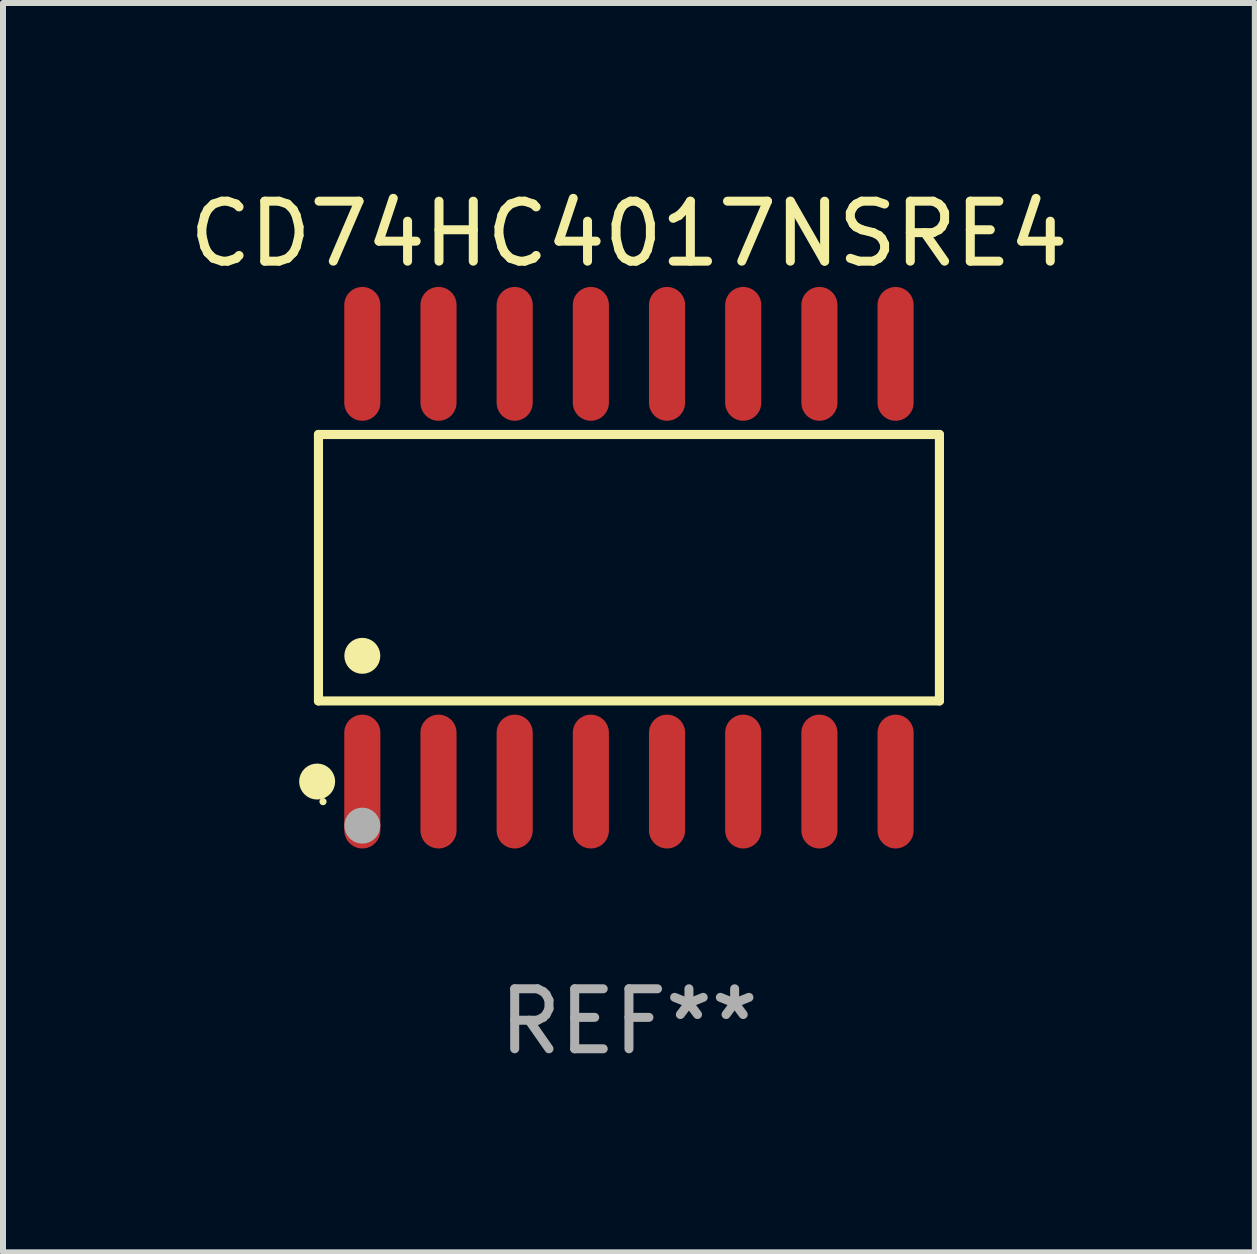
<source format=kicad_pcb>
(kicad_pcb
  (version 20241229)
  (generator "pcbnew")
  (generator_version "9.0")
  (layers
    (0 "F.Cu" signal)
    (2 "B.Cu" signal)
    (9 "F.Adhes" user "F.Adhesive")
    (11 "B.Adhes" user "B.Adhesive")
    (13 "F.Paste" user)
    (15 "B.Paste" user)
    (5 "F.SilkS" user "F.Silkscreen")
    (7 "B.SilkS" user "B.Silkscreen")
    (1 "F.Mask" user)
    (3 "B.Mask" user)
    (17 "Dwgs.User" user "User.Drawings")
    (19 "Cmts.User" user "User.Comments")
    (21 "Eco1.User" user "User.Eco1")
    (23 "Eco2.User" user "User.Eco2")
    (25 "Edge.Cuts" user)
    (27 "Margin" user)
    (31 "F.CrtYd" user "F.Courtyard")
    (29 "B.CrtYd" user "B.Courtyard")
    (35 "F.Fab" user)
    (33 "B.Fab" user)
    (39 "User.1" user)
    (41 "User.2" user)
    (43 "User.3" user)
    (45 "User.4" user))
  (footprint "CD74HC4017NSRE4"
    (layer "F.Cu")
    (at 7.435 6.414)
    (property "Reference" "CD74HC4017NSRE4" (at 0 -5.565 0) (layer "F.SilkS") (effects (font (size 1 1) (thickness 0.15))))
    (attr through_hole)
    (fp_line (start -5.176 -2.221) (end 5.176 -2.221) (stroke (width 0.152) (type solid)) (layer "F.SilkS"))
    (fp_line (start -5.176 2.221) (end -5.176 -2.221) (stroke (width 0.152) (type solid)) (layer "F.SilkS"))
    (fp_line (start 5.176 -2.221) (end 5.176 2.221) (stroke (width 0.152) (type solid)) (layer "F.SilkS"))
    (fp_line (start 5.176 2.221) (end -5.176 2.221) (stroke (width 0.152) (type solid)) (layer "F.SilkS"))
    (fp_circle (center -5.198 3.565) (end -5.048 3.565) (stroke (width 0.3) (type solid)) (fill no) (layer "F.SilkS"))
    (fp_circle (center -5.1 3.9) (end -5.07 3.9) (stroke (width 0.06) (type solid)) (fill no) (layer "F.SilkS"))
    (fp_circle (center -4.445 1.469) (end -4.295 1.469) (stroke (width 0.3) (type solid)) (fill no) (layer "F.SilkS"))
    (fp_circle (center -4.445 4.3) (end -4.295 4.3) (stroke (width 0.3) (type solid)) (fill no) (layer "F.Fab"))
    (fp_text user "REF**" (at 0 7.565 0) (layer "F.Fab") (effects (font (size 1 1) (thickness 0.15))))
    (pad "1" smd oval (at -4.445 3.565) (size 0.602 2.231) (layers "F.Cu" "F.Mask" "F.Paste"))
    (pad "2" smd oval (at -3.175 3.565) (size 0.602 2.231) (layers "F.Cu" "F.Mask" "F.Paste"))
    (pad "3" smd oval (at -1.905 3.565) (size 0.602 2.231) (layers "F.Cu" "F.Mask" "F.Paste"))
    (pad "4" smd oval (at -0.635 3.565) (size 0.602 2.231) (layers "F.Cu" "F.Mask" "F.Paste"))
    (pad "5" smd oval (at 0.635 3.565) (size 0.602 2.231) (layers "F.Cu" "F.Mask" "F.Paste"))
    (pad "6" smd oval (at 1.905 3.565) (size 0.602 2.231) (layers "F.Cu" "F.Mask" "F.Paste"))
    (pad "7" smd oval (at 3.175 3.565) (size 0.602 2.231) (layers "F.Cu" "F.Mask" "F.Paste"))
    (pad "8" smd oval (at 4.445 3.565) (size 0.602 2.231) (layers "F.Cu" "F.Mask" "F.Paste"))
    (pad "9" smd oval (at 4.445 -3.565) (size 0.602 2.231) (layers "F.Cu" "F.Mask" "F.Paste"))
    (pad "10" smd oval (at 3.175 -3.565) (size 0.602 2.231) (layers "F.Cu" "F.Mask" "F.Paste"))
    (pad "11" smd oval (at 1.905 -3.565) (size 0.602 2.231) (layers "F.Cu" "F.Mask" "F.Paste"))
    (pad "12" smd oval (at 0.635 -3.565) (size 0.602 2.231) (layers "F.Cu" "F.Mask" "F.Paste"))
    (pad "13" smd oval (at -0.635 -3.565) (size 0.602 2.231) (layers "F.Cu" "F.Mask" "F.Paste"))
    (pad "14" smd oval (at -1.905 -3.565) (size 0.602 2.231) (layers "F.Cu" "F.Mask" "F.Paste"))
    (pad "15" smd oval (at -3.175 -3.565) (size 0.602 2.231) (layers "F.Cu" "F.Mask" "F.Paste"))
    (pad "16" smd oval (at -4.445 -3.565) (size 0.602 2.231) (layers "F.Cu" "F.Mask" "F.Paste")))
  (gr_rect
    (start -3 -3)
    (end 17.869 17.827)
    (stroke (width 0.1) (type default))
    (fill no)
    (layer "Edge.Cuts")))
</source>
